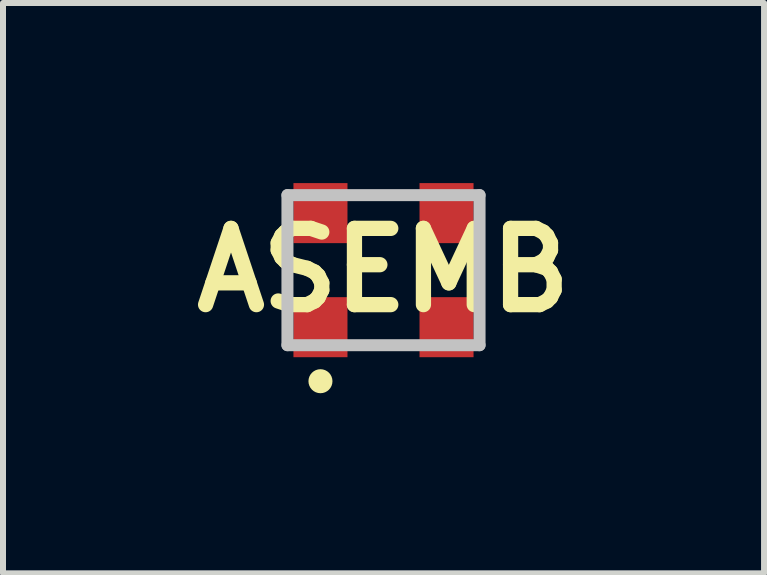
<source format=kicad_pcb>
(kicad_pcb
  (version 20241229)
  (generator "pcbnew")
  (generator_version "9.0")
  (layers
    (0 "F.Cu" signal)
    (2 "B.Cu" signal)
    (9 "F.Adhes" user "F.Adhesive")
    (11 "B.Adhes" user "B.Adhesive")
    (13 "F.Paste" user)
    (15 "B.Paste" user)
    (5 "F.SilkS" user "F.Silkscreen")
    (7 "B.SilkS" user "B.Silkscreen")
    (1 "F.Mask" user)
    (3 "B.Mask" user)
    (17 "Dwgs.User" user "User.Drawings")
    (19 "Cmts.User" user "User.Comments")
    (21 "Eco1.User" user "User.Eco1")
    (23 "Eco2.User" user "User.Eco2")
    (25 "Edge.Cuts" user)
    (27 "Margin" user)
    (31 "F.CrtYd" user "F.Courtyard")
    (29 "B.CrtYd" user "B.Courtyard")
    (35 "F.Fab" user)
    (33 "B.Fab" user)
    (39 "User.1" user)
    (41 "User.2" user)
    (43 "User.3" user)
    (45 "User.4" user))
  (footprint "ASEMB"
    (layer "F.Cu")
    (at 3.338 1.45)
    (property "Reference" "ASEMB" (at 0 0 0) (layer "F.SilkS") (effects (font (size 1.27 1.27) (thickness 0.254))))
    (attr smd)
    (fp_line (start -1.6 -0.2) (end -1.6 0.2) (stroke (width 0.1) (type solid)) (layer "F.SilkS"))
    (fp_line (start -0.3 -1.25) (end 0.3 -1.25) (stroke (width 0.1) (type solid)) (layer "F.SilkS"))
    (fp_line (start -0.3 1.25) (end 0.3 1.25) (stroke (width 0.1) (type solid)) (layer "F.SilkS"))
    (fp_line (start 1.6 -0.2) (end 1.6 0.2) (stroke (width 0.1) (type solid)) (layer "F.SilkS"))
    (fp_circle (center -1.05 1.85) (end -1.05 1.95) (stroke (width 0.2) (type solid)) (fill no) (layer "F.SilkS"))
    (fp_line (start -1.6 -1.25) (end -1.6 1.25) (stroke (width 0.2) (type solid)) (layer "Dwgs.User"))
    (fp_line (start -1.6 1.25) (end 1.6 1.25) (stroke (width 0.2) (type solid)) (layer "Dwgs.User"))
    (fp_line (start 1.6 -1.25) (end -1.6 -1.25) (stroke (width 0.2) (type solid)) (layer "Dwgs.User"))
    (fp_line (start 1.6 1.25) (end 1.6 -1.25) (stroke (width 0.2) (type solid)) (layer "Dwgs.User"))
    (pad "1" smd rect (at -1.05 0.95) (size 0.9 1) (layers "F.Cu" "F.Paste"))
    (pad "2" smd rect (at 1.05 0.95) (size 0.9 1) (layers "F.Cu" "F.Paste"))
    (pad "3" smd rect (at 1.05 -0.95) (size 0.9 1) (layers "F.Cu" "F.Paste"))
    (pad "4" smd rect (at -1.05 -0.95) (size 0.9 1) (layers "F.Cu" "F.Paste")))
  (gr_rect
    (start -3 -3)
    (end 9.677 6.5)
    (stroke (width 0.1) (type default))
    (fill no)
    (layer "Edge.Cuts")))
</source>
